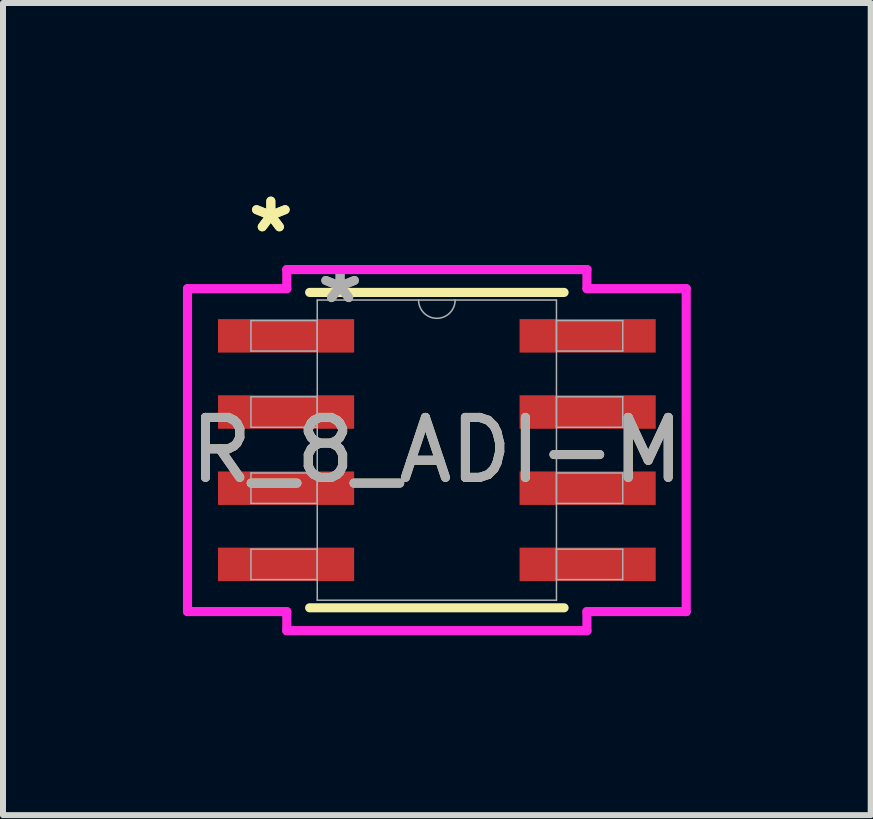
<source format=kicad_pcb>
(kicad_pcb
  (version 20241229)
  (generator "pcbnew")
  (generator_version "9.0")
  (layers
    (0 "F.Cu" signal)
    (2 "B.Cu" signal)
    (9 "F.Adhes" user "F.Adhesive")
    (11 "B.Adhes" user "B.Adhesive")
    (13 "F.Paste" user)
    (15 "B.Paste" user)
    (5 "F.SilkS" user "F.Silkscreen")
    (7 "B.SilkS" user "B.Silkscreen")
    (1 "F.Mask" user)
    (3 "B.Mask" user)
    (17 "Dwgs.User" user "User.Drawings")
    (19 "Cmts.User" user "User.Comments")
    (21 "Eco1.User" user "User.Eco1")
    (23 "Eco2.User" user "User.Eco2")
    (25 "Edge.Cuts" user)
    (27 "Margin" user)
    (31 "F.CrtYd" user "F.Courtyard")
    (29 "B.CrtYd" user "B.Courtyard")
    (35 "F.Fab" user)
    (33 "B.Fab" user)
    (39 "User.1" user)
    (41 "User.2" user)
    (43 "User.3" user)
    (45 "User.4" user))
  (footprint "R_8_ADI-M"
    (layer "F.Cu")
    (at 4.233 4.454)
    (property "Reference" "R_8_ADI-M" (at 0 0 0) (unlocked yes) (layer "F.SilkS") (effects (font (size 1 1) (thickness 0.15))))
    (attr smd)
    (fp_line (start -2.121 2.629) (end 2.121 2.629) (stroke (width 0.152) (type solid)) (layer "F.SilkS"))
    (fp_line (start 2.121 -2.629) (end -2.121 -2.629) (stroke (width 0.152) (type solid)) (layer "F.SilkS"))
    (fp_line (start -4.157 -2.692) (end -2.502 -2.692) (stroke (width 0.152) (type solid)) (layer "F.CrtYd"))
    (fp_line (start -4.157 2.692) (end -4.157 -2.692) (stroke (width 0.152) (type solid)) (layer "F.CrtYd"))
    (fp_line (start -4.157 2.692) (end -2.502 2.692) (stroke (width 0.152) (type solid)) (layer "F.CrtYd"))
    (fp_line (start -2.502 -3.01) (end 2.502 -3.01) (stroke (width 0.152) (type solid)) (layer "F.CrtYd"))
    (fp_line (start -2.502 -2.692) (end -2.502 -3.01) (stroke (width 0.152) (type solid)) (layer "F.CrtYd"))
    (fp_line (start -2.502 3.01) (end -2.502 2.692) (stroke (width 0.152) (type solid)) (layer "F.CrtYd"))
    (fp_line (start 2.502 -3.01) (end 2.502 -2.692) (stroke (width 0.152) (type solid)) (layer "F.CrtYd"))
    (fp_line (start 2.502 2.692) (end 2.502 3.01) (stroke (width 0.152) (type solid)) (layer "F.CrtYd"))
    (fp_line (start 2.502 3.01) (end -2.502 3.01) (stroke (width 0.152) (type solid)) (layer "F.CrtYd"))
    (fp_line (start 4.157 -2.692) (end 2.502 -2.692) (stroke (width 0.152) (type solid)) (layer "F.CrtYd"))
    (fp_line (start 4.157 -2.692) (end 4.157 2.692) (stroke (width 0.152) (type solid)) (layer "F.CrtYd"))
    (fp_line (start 4.157 2.692) (end 2.502 2.692) (stroke (width 0.152) (type solid)) (layer "F.CrtYd"))
    (fp_line (start -3.099 -2.159) (end -3.099 -1.651) (stroke (width 0.025) (type solid)) (layer "F.Fab"))
    (fp_line (start -3.099 -1.651) (end -1.994 -1.651) (stroke (width 0.025) (type solid)) (layer "F.Fab"))
    (fp_line (start -3.099 -0.889) (end -3.099 -0.381) (stroke (width 0.025) (type solid)) (layer "F.Fab"))
    (fp_line (start -3.099 -0.381) (end -1.994 -0.381) (stroke (width 0.025) (type solid)) (layer "F.Fab"))
    (fp_line (start -3.099 0.381) (end -3.099 0.889) (stroke (width 0.025) (type solid)) (layer "F.Fab"))
    (fp_line (start -3.099 0.889) (end -1.994 0.889) (stroke (width 0.025) (type solid)) (layer "F.Fab"))
    (fp_line (start -3.099 1.651) (end -3.099 2.159) (stroke (width 0.025) (type solid)) (layer "F.Fab"))
    (fp_line (start -3.099 2.159) (end -1.994 2.159) (stroke (width 0.025) (type solid)) (layer "F.Fab"))
    (fp_line (start -1.994 -2.502) (end -1.994 2.502) (stroke (width 0.025) (type solid)) (layer "F.Fab"))
    (fp_line (start -1.994 -2.159) (end -3.099 -2.159) (stroke (width 0.025) (type solid)) (layer "F.Fab"))
    (fp_line (start -1.994 -1.651) (end -1.994 -2.159) (stroke (width 0.025) (type solid)) (layer "F.Fab"))
    (fp_line (start -1.994 -0.889) (end -3.099 -0.889) (stroke (width 0.025) (type solid)) (layer "F.Fab"))
    (fp_line (start -1.994 -0.381) (end -1.994 -0.889) (stroke (width 0.025) (type solid)) (layer "F.Fab"))
    (fp_line (start -1.994 0.381) (end -3.099 0.381) (stroke (width 0.025) (type solid)) (layer "F.Fab"))
    (fp_line (start -1.994 0.889) (end -1.994 0.381) (stroke (width 0.025) (type solid)) (layer "F.Fab"))
    (fp_line (start -1.994 1.651) (end -3.099 1.651) (stroke (width 0.025) (type solid)) (layer "F.Fab"))
    (fp_line (start -1.994 2.159) (end -1.994 1.651) (stroke (width 0.025) (type solid)) (layer "F.Fab"))
    (fp_line (start -1.994 2.502) (end 1.994 2.502) (stroke (width 0.025) (type solid)) (layer "F.Fab"))
    (fp_line (start 1.994 -2.502) (end -1.994 -2.502) (stroke (width 0.025) (type solid)) (layer "F.Fab"))
    (fp_line (start 1.994 -2.159) (end 1.994 -1.651) (stroke (width 0.025) (type solid)) (layer "F.Fab"))
    (fp_line (start 1.994 -1.651) (end 3.099 -1.651) (stroke (width 0.025) (type solid)) (layer "F.Fab"))
    (fp_line (start 1.994 -0.889) (end 1.994 -0.381) (stroke (width 0.025) (type solid)) (layer "F.Fab"))
    (fp_line (start 1.994 -0.381) (end 3.099 -0.381) (stroke (width 0.025) (type solid)) (layer "F.Fab"))
    (fp_line (start 1.994 0.381) (end 1.994 0.889) (stroke (width 0.025) (type solid)) (layer "F.Fab"))
    (fp_line (start 1.994 0.889) (end 3.099 0.889) (stroke (width 0.025) (type solid)) (layer "F.Fab"))
    (fp_line (start 1.994 1.651) (end 1.994 2.159) (stroke (width 0.025) (type solid)) (layer "F.Fab"))
    (fp_line (start 1.994 2.159) (end 3.099 2.159) (stroke (width 0.025) (type solid)) (layer "F.Fab"))
    (fp_line (start 1.994 2.502) (end 1.994 -2.502) (stroke (width 0.025) (type solid)) (layer "F.Fab"))
    (fp_line (start 3.099 -2.159) (end 1.994 -2.159) (stroke (width 0.025) (type solid)) (layer "F.Fab"))
    (fp_line (start 3.099 -1.651) (end 3.099 -2.159) (stroke (width 0.025) (type solid)) (layer "F.Fab"))
    (fp_line (start 3.099 -0.889) (end 1.994 -0.889) (stroke (width 0.025) (type solid)) (layer "F.Fab"))
    (fp_line (start 3.099 -0.381) (end 3.099 -0.889) (stroke (width 0.025) (type solid)) (layer "F.Fab"))
    (fp_line (start 3.099 0.381) (end 1.994 0.381) (stroke (width 0.025) (type solid)) (layer "F.Fab"))
    (fp_line (start 3.099 0.889) (end 3.099 0.381) (stroke (width 0.025) (type solid)) (layer "F.Fab"))
    (fp_line (start 3.099 1.651) (end 1.994 1.651) (stroke (width 0.025) (type solid)) (layer "F.Fab"))
    (fp_line (start 3.099 2.159) (end 3.099 1.651) (stroke (width 0.025) (type solid)) (layer "F.Fab"))
    (fp_arc (start 0.3048 -2.5019) (mid 0 -2.1971) (end -0.3048 -2.5019) (stroke (width 0.0254) (type solid)) (layer "F.Fab"))
    (fp_text user "*" (at -2.768 -3.606 0) (layer "F.SilkS") (effects (font (size 1 1) (thickness 0.15))))
    (fp_text user "*" (at -2.768 -3.606 0) (unlocked yes) (layer "F.SilkS") (effects (font (size 1 1) (thickness 0.15))))
    (fp_text user "${REFERENCE}" (at 0 0 0) (unlocked yes) (layer "F.Fab") (effects (font (size 1 1) (thickness 0.15))))
    (fp_text user "*" (at -1.613 -2.426 0) (unlocked yes) (layer "F.Fab") (effects (font (size 1 1) (thickness 0.15))))
    (fp_text user "*" (at -1.613 -2.426 0) (layer "F.Fab") (effects (font (size 1 1) (thickness 0.15))))
    (pad "1" smd rect (at -2.514 -1.905) (size 2.27 0.558) (layers "F.Cu" "F.Mask" "F.Paste"))
    (pad "2" smd rect (at -2.514 -0.635) (size 2.27 0.558) (layers "F.Cu" "F.Mask" "F.Paste"))
    (pad "3" smd rect (at -2.514 0.635) (size 2.27 0.558) (layers "F.Cu" "F.Mask" "F.Paste"))
    (pad "4" smd rect (at -2.514 1.905) (size 2.27 0.558) (layers "F.Cu" "F.Mask" "F.Paste"))
    (pad "5" smd rect (at 2.514 1.905) (size 2.27 0.558) (layers "F.Cu" "F.Mask" "F.Paste"))
    (pad "6" smd rect (at 2.514 0.635) (size 2.27 0.558) (layers "F.Cu" "F.Mask" "F.Paste"))
    (pad "7" smd rect (at 2.514 -0.635) (size 2.27 0.558) (layers "F.Cu" "F.Mask" "F.Paste"))
    (pad "8" smd rect (at 2.514 -1.905) (size 2.27 0.558) (layers "F.Cu" "F.Mask" "F.Paste")))
  (gr_rect
    (start -3 -3)
    (end 11.466 10.54)
    (stroke (width 0.1) (type default))
    (fill no)
    (layer "Edge.Cuts")))
</source>
